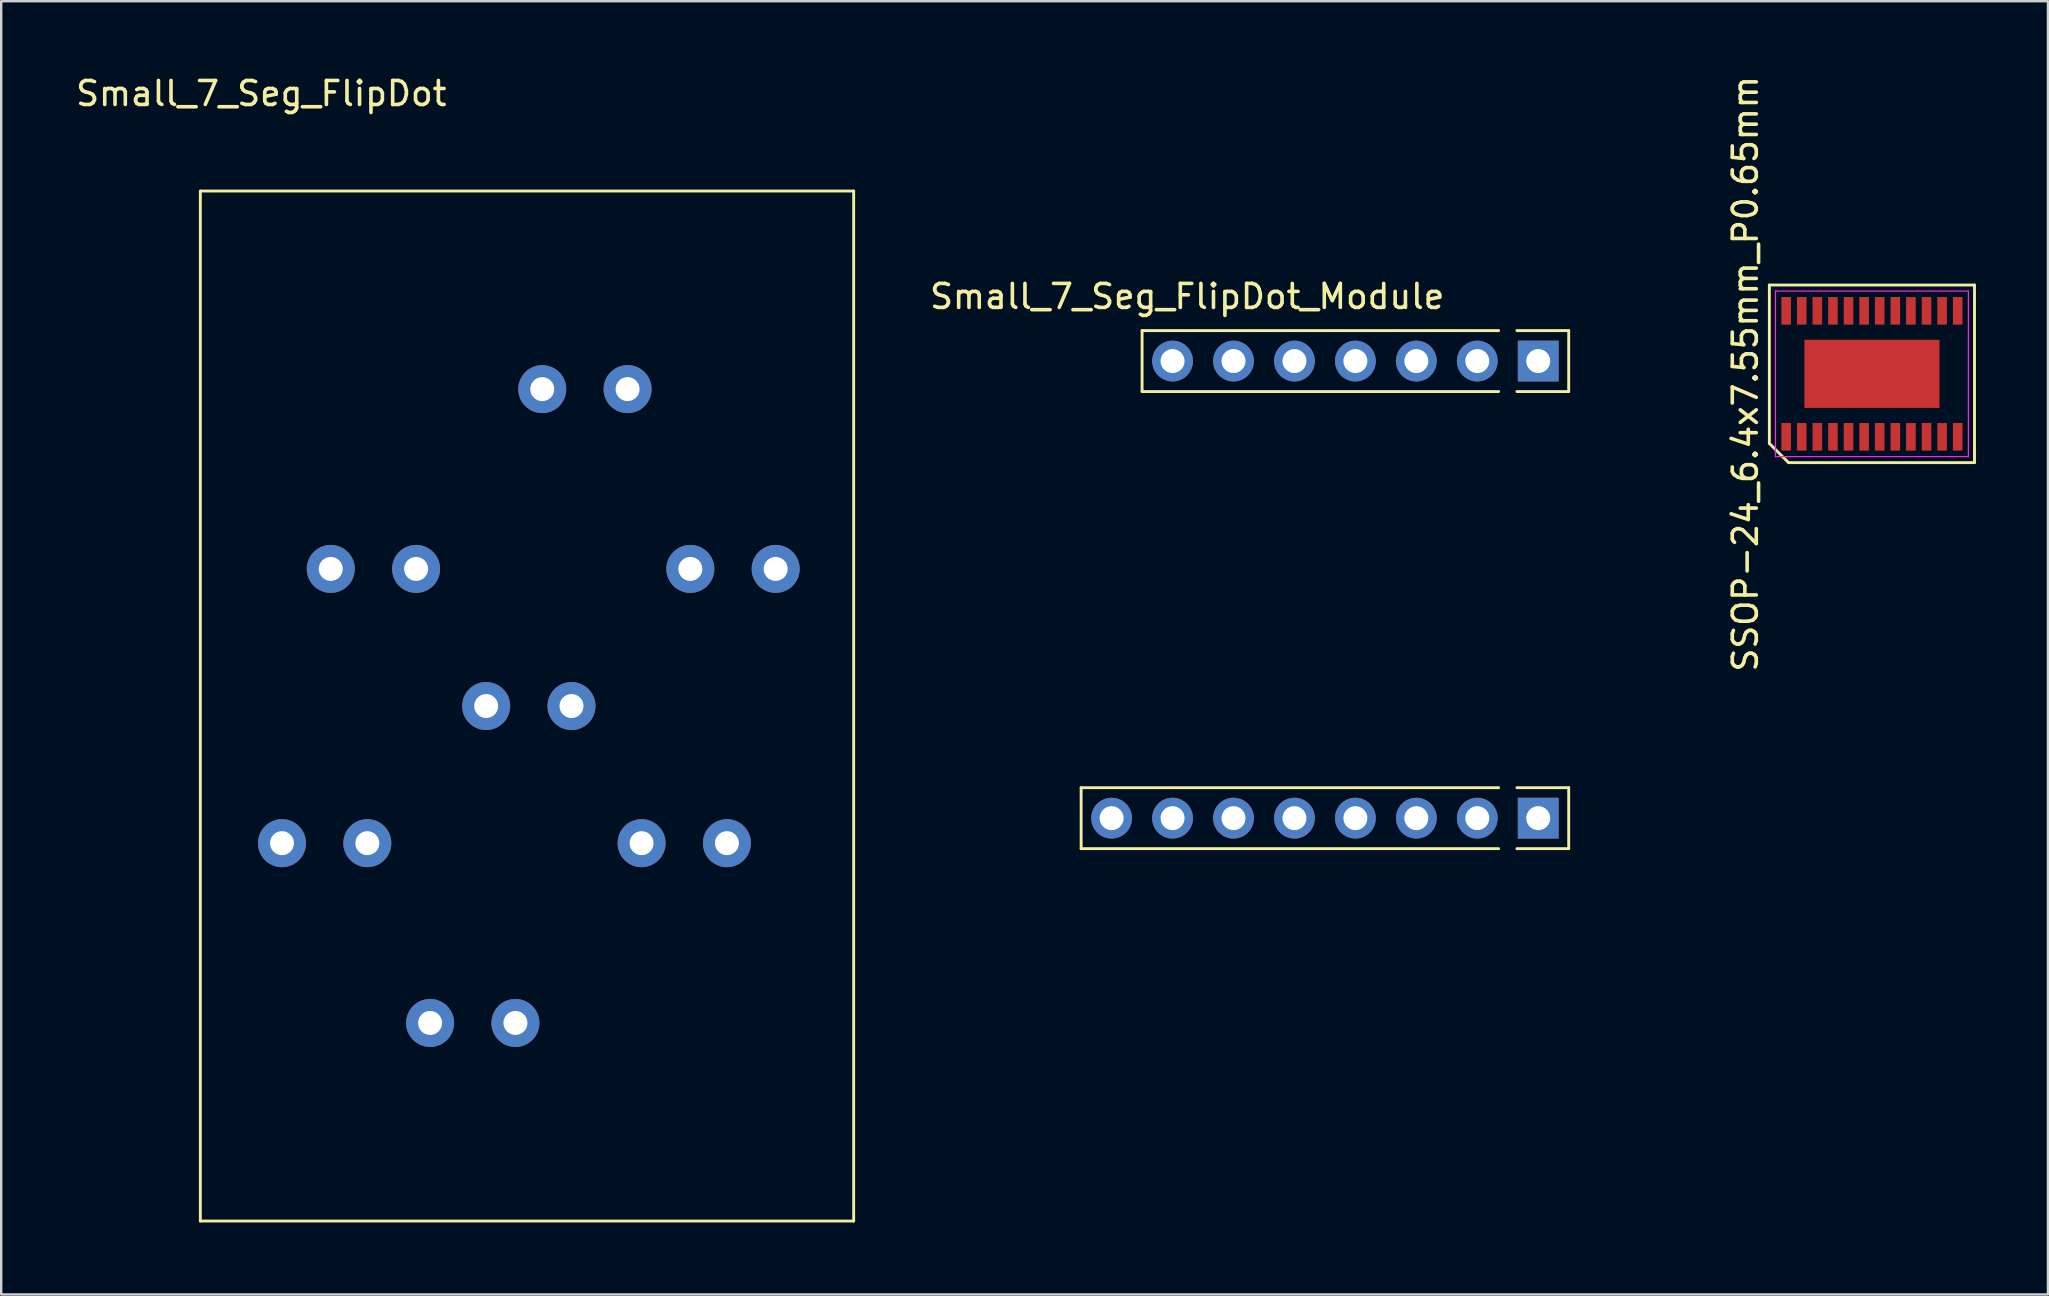
<source format=kicad_pcb>
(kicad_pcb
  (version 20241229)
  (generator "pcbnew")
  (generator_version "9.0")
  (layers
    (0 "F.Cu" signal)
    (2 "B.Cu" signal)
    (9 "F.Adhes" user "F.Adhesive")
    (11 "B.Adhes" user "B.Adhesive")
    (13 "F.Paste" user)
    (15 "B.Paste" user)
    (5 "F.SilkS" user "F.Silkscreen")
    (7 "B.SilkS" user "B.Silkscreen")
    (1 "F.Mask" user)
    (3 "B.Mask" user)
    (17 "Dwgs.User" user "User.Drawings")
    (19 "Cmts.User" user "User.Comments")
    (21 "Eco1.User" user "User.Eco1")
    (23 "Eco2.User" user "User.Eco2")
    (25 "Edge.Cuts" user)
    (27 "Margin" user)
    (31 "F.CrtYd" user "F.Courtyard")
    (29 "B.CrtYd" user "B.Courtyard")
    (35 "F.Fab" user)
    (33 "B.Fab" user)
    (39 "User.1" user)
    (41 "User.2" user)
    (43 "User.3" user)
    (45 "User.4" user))
  (footprint "Small_7_Seg_FlipDot"
    (layer "F.Cu")
    (at 18.99 26.375)
    (property "Reference" "Small_7_Seg_FlipDot" (at -11.151 -25.527 0) (layer "F.SilkS") (effects (font (size 1 1) (thickness 0.15))))
    (attr through_hole)
    (fp_line (start -13.691 -21.463) (end -13.691 21.463) (stroke (width 0.12) (type solid)) (layer "F.SilkS"))
    (fp_line (start -13.691 -21.463) (end 13.538 -21.463) (stroke (width 0.12) (type solid)) (layer "F.SilkS"))
    (fp_line (start 13.538 -21.463) (end 13.538 21.463) (stroke (width 0.12) (type solid)) (layer "F.SilkS"))
    (fp_line (start 13.538 21.463) (end -13.691 21.463) (stroke (width 0.12) (type solid)) (layer "F.SilkS"))
    (pad "A1" thru_hole circle (at 0.559 -13.208) (size 2 2) (drill 1) (layers "*.Cu" "*.Mask"))
    (pad "A2" thru_hole circle (at 4.115 -13.208) (size 2 2) (drill 1) (layers "*.Cu" "*.Mask"))
    (pad "B1" thru_hole circle (at 6.731 -5.715) (size 2 2) (drill 1) (layers "*.Cu" "*.Mask"))
    (pad "B2" thru_hole circle (at 10.287 -5.715) (size 2 2) (drill 1) (layers "*.Cu" "*.Mask"))
    (pad "C1" thru_hole circle (at 4.699 5.715) (size 2 2) (drill 1) (layers "*.Cu" "*.Mask"))
    (pad "C2" thru_hole circle (at 8.255 5.715) (size 2 2) (drill 1) (layers "*.Cu" "*.Mask"))
    (pad "D1" thru_hole circle (at -4.115 13.208) (size 2 2) (drill 1) (layers "*.Cu" "*.Mask"))
    (pad "D2" thru_hole circle (at -0.559 13.208) (size 2 2) (drill 1) (layers "*.Cu" "*.Mask"))
    (pad "E1" thru_hole circle (at -10.287 5.715) (size 2 2) (drill 1) (layers "*.Cu" "*.Mask"))
    (pad "E2" thru_hole circle (at -6.731 5.715) (size 2 2) (drill 1) (layers "*.Cu" "*.Mask"))
    (pad "F1" thru_hole circle (at -8.255 -5.715) (size 2 2) (drill 1) (layers "*.Cu" "*.Mask"))
    (pad "F2" thru_hole circle (at -4.699 -5.715) (size 2 2) (drill 1) (layers "*.Cu" "*.Mask"))
    (pad "G1" thru_hole circle (at -1.778 0) (size 2 2) (drill 1) (layers "*.Cu" "*.Mask"))
    (pad "G2" thru_hole circle (at 1.778 0) (size 2 2) (drill 1) (layers "*.Cu" "*.Mask")))
  (footprint "SSOP-24_6.4x7.55mm_P0.65mm"
    (layer "F.Cu")
    (at 74.965 12.53)
    (property "Reference" "SSOP-24_6.4x7.55mm_P0.65mm" (at -5.275 0 90) (layer "F.SilkS") (effects (font (size 1 1) (thickness 0.15))))
    (attr smd)
    (fp_line (start -4.275 -3.7) (end 4.275 -3.7) (stroke (width 0.12) (type solid)) (layer "F.SilkS"))
    (fp_line (start -4.275 2.9) (end -4.275 -3.7) (stroke (width 0.12) (type solid)) (layer "F.SilkS"))
    (fp_line (start -3.475 3.7) (end -4.275 2.9) (stroke (width 0.12) (type solid)) (layer "F.SilkS"))
    (fp_line (start 4.275 -3.7) (end 4.275 3.7) (stroke (width 0.12) (type solid)) (layer "F.SilkS"))
    (fp_line (start 4.275 3.7) (end -3.475 3.7) (stroke (width 0.12) (type solid)) (layer "F.SilkS"))
    (fp_line (start -4.02 -3.45) (end 4.02 -3.45) (stroke (width 0.05) (type solid)) (layer "F.CrtYd"))
    (fp_line (start -4.02 3.45) (end -4.02 -3.45) (stroke (width 0.05) (type solid)) (layer "F.CrtYd"))
    (fp_line (start 4.02 -3.45) (end 4.02 3.45) (stroke (width 0.05) (type solid)) (layer "F.CrtYd"))
    (fp_line (start 4.02 3.45) (end -4.02 3.45) (stroke (width 0.05) (type solid)) (layer "F.CrtYd"))
    (pad "1" smd rect (at -3.575 2.625) (size 0.4 1.15) (layers "F.Cu" "F.Mask" "F.Paste"))
    (pad "2" smd rect (at -2.925 2.625) (size 0.4 1.15) (layers "F.Cu" "F.Mask" "F.Paste"))
    (pad "3" smd rect (at -2.275 2.625) (size 0.4 1.15) (layers "F.Cu" "F.Mask" "F.Paste"))
    (pad "4" smd rect (at -1.625 2.625) (size 0.4 1.15) (layers "F.Cu" "F.Mask" "F.Paste"))
    (pad "5" smd rect (at -0.975 2.625) (size 0.4 1.15) (layers "F.Cu" "F.Mask" "F.Paste"))
    (pad "6" smd rect (at -0.325 2.625) (size 0.4 1.15) (layers "F.Cu" "F.Mask" "F.Paste"))
    (pad "7" smd rect (at 0.325 2.625) (size 0.4 1.15) (layers "F.Cu" "F.Mask" "F.Paste"))
    (pad "8" smd rect (at 0.975 2.625) (size 0.4 1.15) (layers "F.Cu" "F.Mask" "F.Paste"))
    (pad "9" smd rect (at 1.625 2.625) (size 0.4 1.15) (layers "F.Cu" "F.Mask" "F.Paste"))
    (pad "10" smd rect (at 2.275 2.625) (size 0.4 1.15) (layers "F.Cu" "F.Mask" "F.Paste"))
    (pad "11" smd rect (at 2.925 2.625) (size 0.4 1.15) (layers "F.Cu" "F.Mask" "F.Paste"))
    (pad "12" smd rect (at 3.575 2.625) (size 0.4 1.15) (layers "F.Cu" "F.Mask" "F.Paste"))
    (pad "13" smd rect (at 3.575 -2.625) (size 0.4 1.15) (layers "F.Cu" "F.Mask" "F.Paste"))
    (pad "14" smd rect (at 2.925 -2.625) (size 0.4 1.15) (layers "F.Cu" "F.Mask" "F.Paste"))
    (pad "15" smd rect (at 2.275 -2.625) (size 0.4 1.15) (layers "F.Cu" "F.Mask" "F.Paste"))
    (pad "16" smd rect (at 1.625 -2.625) (size 0.4 1.15) (layers "F.Cu" "F.Mask" "F.Paste"))
    (pad "17" smd rect (at 0.975 -2.625) (size 0.4 1.15) (layers "F.Cu" "F.Mask" "F.Paste"))
    (pad "18" smd rect (at 0.325 -2.625) (size 0.4 1.15) (layers "F.Cu" "F.Mask" "F.Paste"))
    (pad "19" smd rect (at -0.325 -2.625) (size 0.4 1.15) (layers "F.Cu" "F.Mask" "F.Paste"))
    (pad "20" smd rect (at -0.975 -2.625) (size 0.4 1.15) (layers "F.Cu" "F.Mask" "F.Paste"))
    (pad "21" smd rect (at -1.625 -2.625) (size 0.4 1.15) (layers "F.Cu" "F.Mask" "F.Paste"))
    (pad "22" smd rect (at -2.275 -2.625) (size 0.4 1.15) (layers "F.Cu" "F.Mask" "F.Paste"))
    (pad "23" smd rect (at -2.925 -2.625) (size 0.4 1.15) (layers "F.Cu" "F.Mask" "F.Paste"))
    (pad "24" smd rect (at -3.575 -2.625) (size 0.4 1.15) (layers "F.Cu" "F.Mask" "F.Paste"))
    (pad "25" smd rect (at 0 0) (size 5.63 2.84) (layers "F.Cu" "F.Mask" "F.Paste")))
  (footprint "Small_7_Seg_FlipDot_Module"
    (layer "F.Cu")
    (at 39.468 37.398)
    (property "Reference" "Small_7_Seg_FlipDot_Module" (at 6.96 -28.092 0) (layer "F.SilkS") (effects (font (size 1 1) (thickness 0.15))))
    (attr through_hole)
    (fp_line (start 2.54 -7.62) (end 19.939 -7.62) (stroke (width 0.12) (type solid)) (layer "F.SilkS"))
    (fp_line (start 2.54 -5.08) (end 2.54 -7.62) (stroke (width 0.12) (type solid)) (layer "F.SilkS"))
    (fp_line (start 5.08 -26.67) (end 5.08 -24.13) (stroke (width 0.12) (type solid)) (layer "F.SilkS"))
    (fp_line (start 5.08 -24.13) (end 19.939 -24.13) (stroke (width 0.12) (type solid)) (layer "F.SilkS"))
    (fp_line (start 19.939 -26.67) (end 5.08 -26.67) (stroke (width 0.12) (type solid)) (layer "F.SilkS"))
    (fp_line (start 19.939 -5.08) (end 2.54 -5.08) (stroke (width 0.12) (type solid)) (layer "F.SilkS"))
    (fp_line (start 20.701 -26.67) (end 22.86 -26.67) (stroke (width 0.12) (type solid)) (layer "F.SilkS"))
    (fp_line (start 20.701 -7.62) (end 22.86 -7.62) (stroke (width 0.12) (type solid)) (layer "F.SilkS"))
    (fp_line (start 22.86 -26.67) (end 22.86 -24.13) (stroke (width 0.12) (type solid)) (layer "F.SilkS"))
    (fp_line (start 22.86 -24.13) (end 20.701 -24.13) (stroke (width 0.12) (type solid)) (layer "F.SilkS"))
    (fp_line (start 22.86 -7.62) (end 22.86 -5.08) (stroke (width 0.12) (type solid)) (layer "F.SilkS"))
    (fp_line (start 22.86 -5.08) (end 20.701 -5.08) (stroke (width 0.12) (type solid)) (layer "F.SilkS"))
    (fp_line (start -0.914 -37.338) (end -0.914 5.588) (stroke (width 0.12) (type solid)) (layer "User.1"))
    (fp_line (start -0.914 5.588) (end 26.314 5.588) (stroke (width 0.12) (type solid)) (layer "User.1"))
    (fp_line (start 26.314 -37.338) (end -0.914 -37.338) (stroke (width 0.12) (type solid)) (layer "User.1"))
    (fp_line (start 26.314 5.588) (end 26.314 -37.338) (stroke (width 0.12) (type solid)) (layer "User.1"))
    (fp_line (start 0 -31.75) (end 0 0) (stroke (width 0.12) (type solid)) (layer "User.2"))
    (fp_line (start 0 0) (end 25.4 0) (stroke (width 0.12) (type solid)) (layer "User.2"))
    (fp_line (start 25.4 -31.75) (end 0 -31.75) (stroke (width 0.12) (type solid)) (layer "User.2"))
    (fp_line (start 25.4 0) (end 25.4 -31.75) (stroke (width 0.12) (type solid)) (layer "User.2"))
    (pad "1" thru_hole rect (at 21.59 -25.4) (size 1.7 1.7) (drill 1) (layers "*.Cu" "*.Mask"))
    (pad "2" thru_hole circle (at 19.05 -25.4) (size 1.7 1.7) (drill 1) (layers "*.Cu" "*.Mask"))
    (pad "3" thru_hole circle (at 16.51 -25.4) (size 1.7 1.7) (drill 1) (layers "*.Cu" "*.Mask"))
    (pad "4" thru_hole circle (at 13.97 -25.4) (size 1.7 1.7) (drill 1) (layers "*.Cu" "*.Mask"))
    (pad "5" thru_hole circle (at 11.43 -25.4) (size 1.7 1.7) (drill 1) (layers "*.Cu" "*.Mask"))
    (pad "6" thru_hole circle (at 8.89 -25.4) (size 1.7 1.7) (drill 1) (layers "*.Cu" "*.Mask"))
    (pad "7" thru_hole circle (at 6.35 -25.4) (size 1.7 1.7) (drill 1) (layers "*.Cu" "*.Mask"))
    (pad "8" thru_hole rect (at 21.59 -6.35) (size 1.7 1.7) (drill 1) (layers "*.Cu" "*.Mask"))
    (pad "9" thru_hole circle (at 19.05 -6.35) (size 1.7 1.7) (drill 1) (layers "*.Cu" "*.Mask"))
    (pad "10" thru_hole circle (at 16.51 -6.35) (size 1.7 1.7) (drill 1) (layers "*.Cu" "*.Mask"))
    (pad "11" thru_hole circle (at 13.97 -6.35) (size 1.7 1.7) (drill 1) (layers "*.Cu" "*.Mask"))
    (pad "12" thru_hole circle (at 11.43 -6.35) (size 1.7 1.7) (drill 1) (layers "*.Cu" "*.Mask"))
    (pad "13" thru_hole circle (at 8.89 -6.35) (size 1.7 1.7) (drill 1) (layers "*.Cu" "*.Mask"))
    (pad "14" thru_hole circle (at 6.35 -6.35) (size 1.7 1.7) (drill 1) (layers "*.Cu" "*.Mask"))
    (pad "15" thru_hole circle (at 3.81 -6.35) (size 1.7 1.7) (drill 1) (layers "*.Cu" "*.Mask")))
  (gr_rect
    (start -3 -3)
    (end 82.3 50.898)
    (stroke (width 0.1) (type default))
    (fill no)
    (layer "Edge.Cuts")))
</source>
